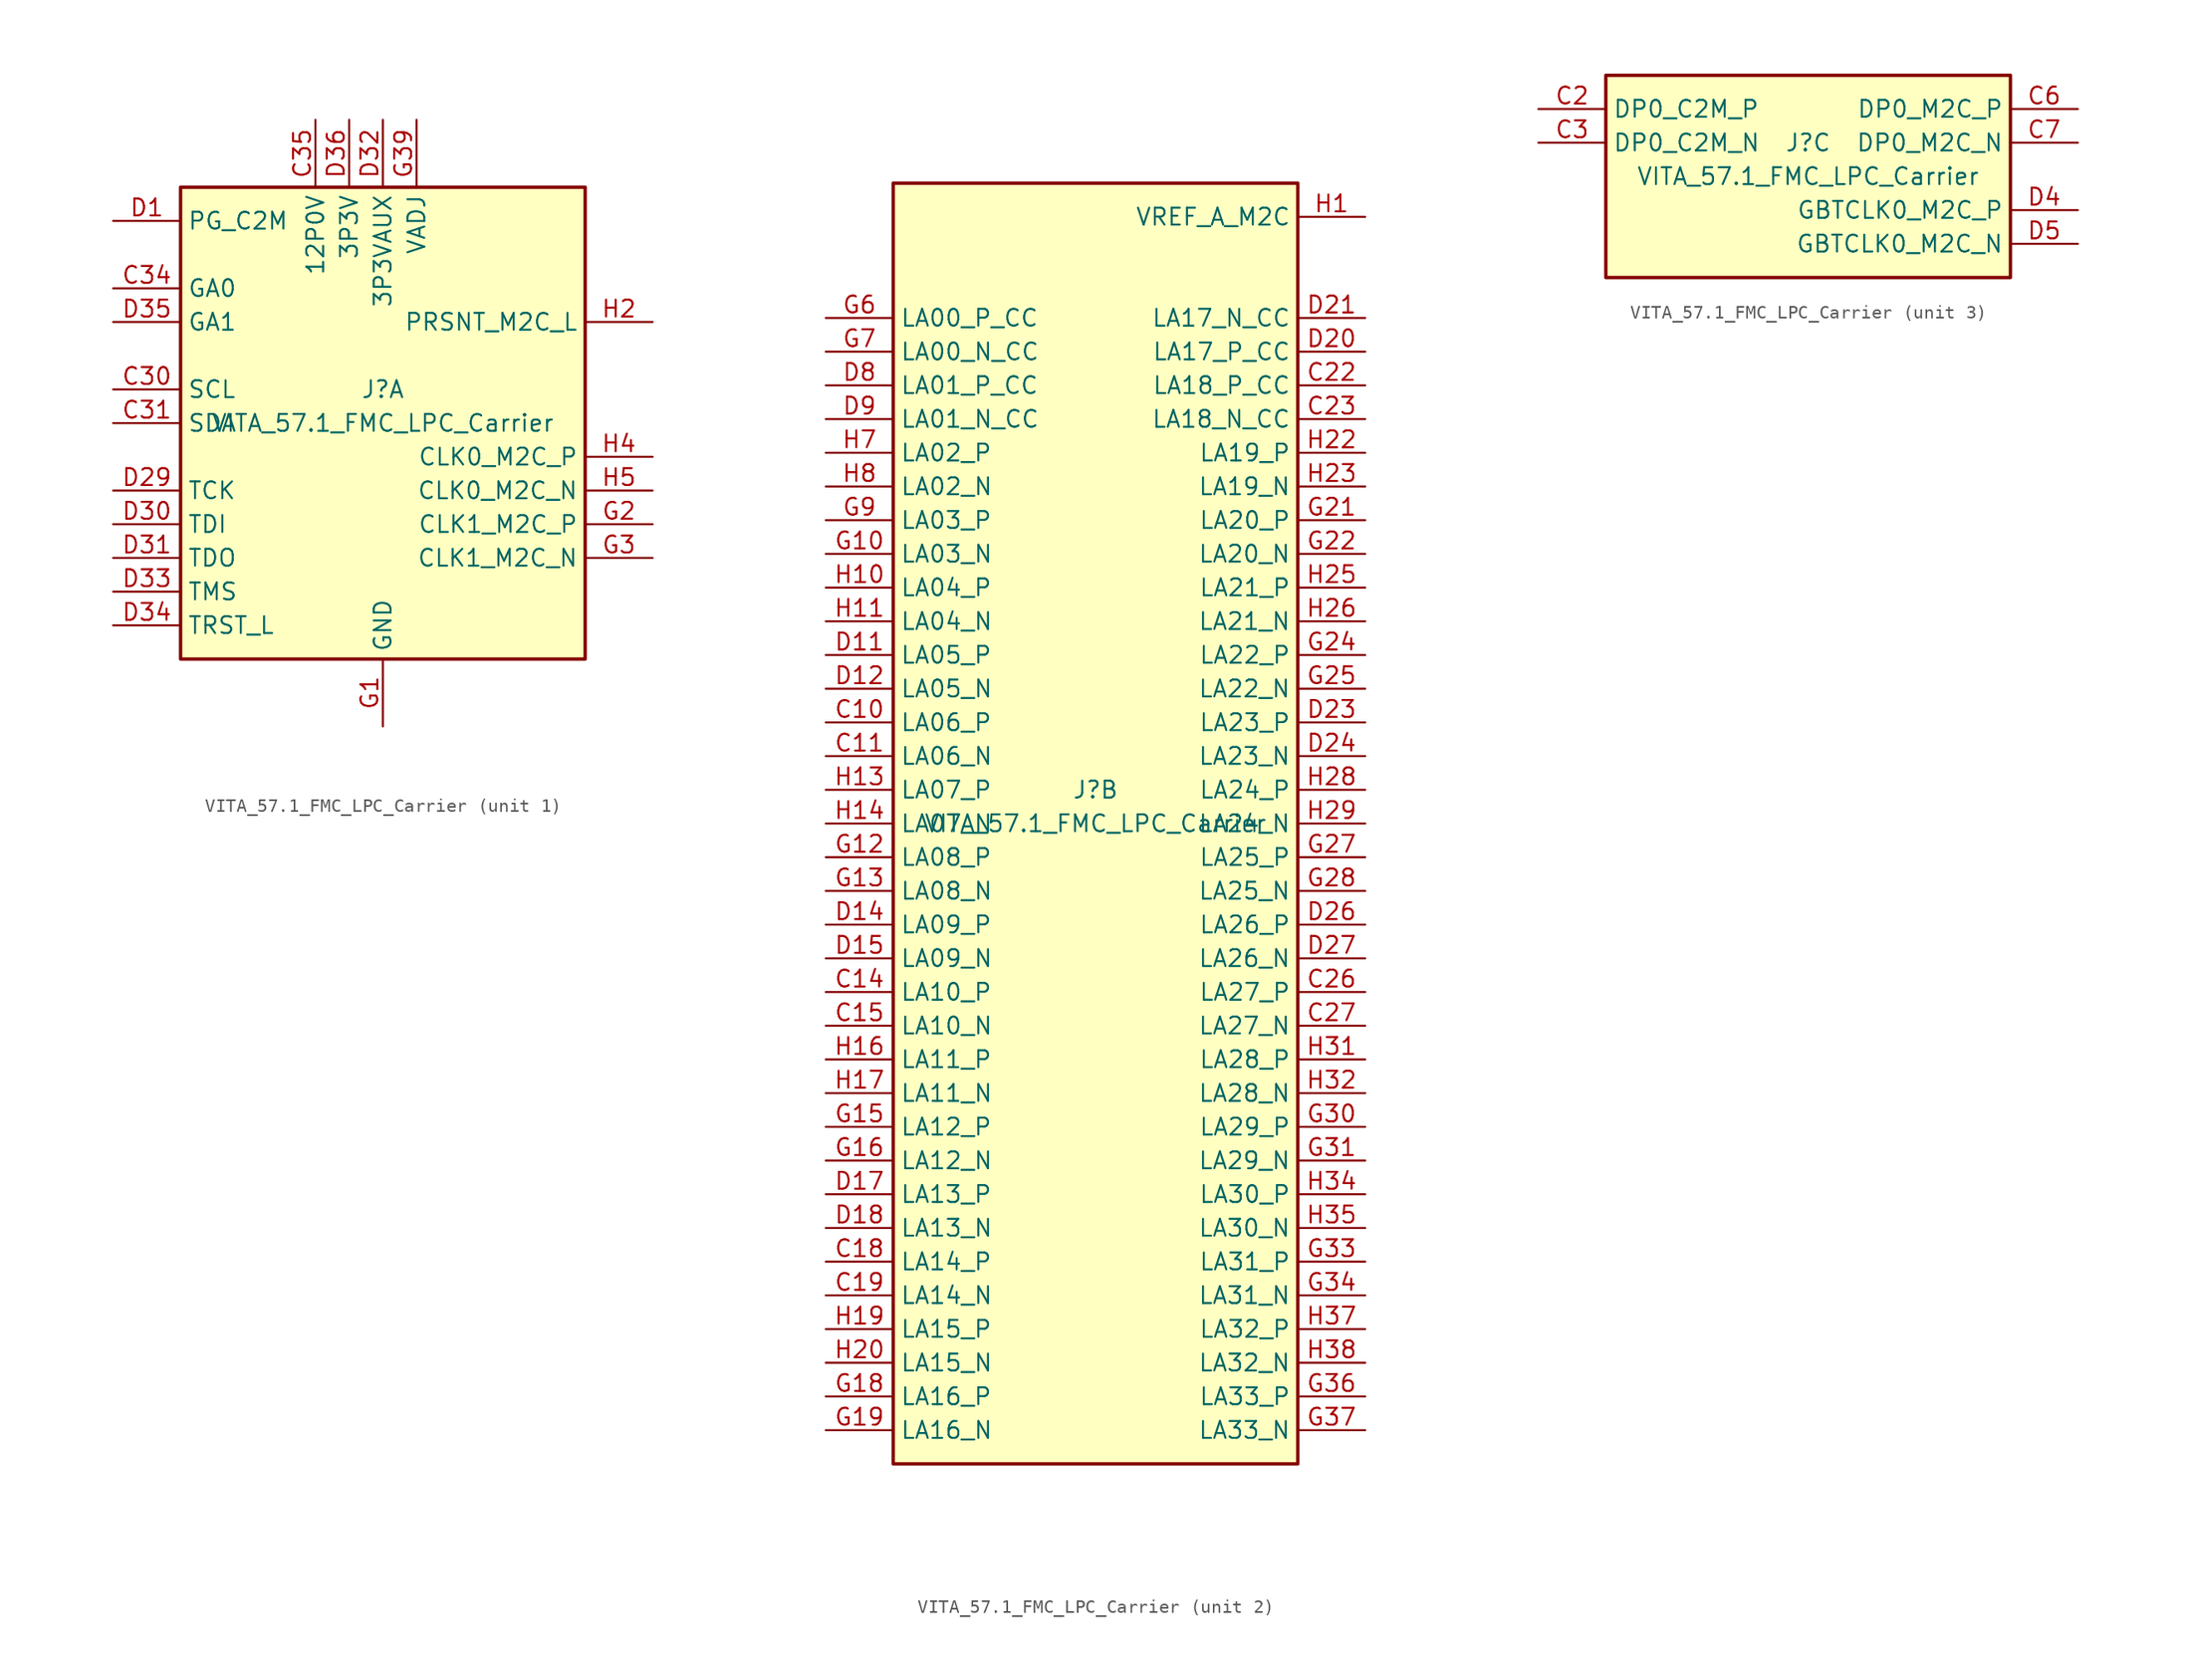
<source format=kicad_sym>
(kicad_symbol_lib
  (version 20231120)
  (generator "kicad_symbol_editor")
  (generator_version "8.0")
  (symbol "VITA_57.1_FMC_LPC_Carrier"
    (property "Reference" "J"
      (at 0 2.54 0)
      (effects (font (size 1.27 1.27))))
    (property "Value" "VITA_57.1_FMC_LPC_Carrier"
      (at 0 0 0)
      (effects (font (size 1.27 1.27))))
    (property "ki_locked" ""
      (at 0 0 0)
      (effects (font (size 1.27 1.27))))
    (symbol "VITA_57.1_FMC_LPC_Carrier_1_1"
      (rectangle (start -15.24 -17.78) (end 15.24 17.78) (stroke (width 0.254) (type solid)) (fill (type background)))
      (pin passive line (at 0 -22.86 90) (length 5.08) hide (name "GND" (effects (font (size 1.27 1.27)))) (number "C1" (effects (font (size 1.27 1.27)))))
      (pin passive line (at 0 -22.86 90) (length 5.08) hide (name "GND" (effects (font (size 1.27 1.27)))) (number "C12" (effects (font (size 1.27 1.27)))))
      (pin passive line (at 0 -22.86 90) (length 5.08) hide (name "GND" (effects (font (size 1.27 1.27)))) (number "C13" (effects (font (size 1.27 1.27)))))
      (pin passive line (at 0 -22.86 90) (length 5.08) hide (name "GND" (effects (font (size 1.27 1.27)))) (number "C16" (effects (font (size 1.27 1.27)))))
      (pin passive line (at 0 -22.86 90) (length 5.08) hide (name "GND" (effects (font (size 1.27 1.27)))) (number "C17" (effects (font (size 1.27 1.27)))))
      (pin passive line (at 0 -22.86 90) (length 5.08) hide (name "GND" (effects (font (size 1.27 1.27)))) (number "C20" (effects (font (size 1.27 1.27)))))
      (pin passive line (at 0 -22.86 90) (length 5.08) hide (name "GND" (effects (font (size 1.27 1.27)))) (number "C21" (effects (font (size 1.27 1.27)))))
      (pin passive line (at 0 -22.86 90) (length 5.08) hide (name "GND" (effects (font (size 1.27 1.27)))) (number "C24" (effects (font (size 1.27 1.27)))))
      (pin passive line (at 0 -22.86 90) (length 5.08) hide (name "GND" (effects (font (size 1.27 1.27)))) (number "C25" (effects (font (size 1.27 1.27)))))
      (pin passive line (at 0 -22.86 90) (length 5.08) hide (name "GND" (effects (font (size 1.27 1.27)))) (number "C28" (effects (font (size 1.27 1.27)))))
      (pin passive line (at 0 -22.86 90) (length 5.08) hide (name "GND" (effects (font (size 1.27 1.27)))) (number "C29" (effects (font (size 1.27 1.27)))))
      (pin bidirectional line (at -20.32 2.54 0) (length 5.08) (name "SCL" (effects (font (size 1.27 1.27)))) (number "C30" (effects (font (size 1.27 1.27)))))
      (pin bidirectional line (at -20.32 0 0) (length 5.08) (name "SDA" (effects (font (size 1.27 1.27)))) (number "C31" (effects (font (size 1.27 1.27)))))
      (pin passive line (at 0 -22.86 90) (length 5.08) hide (name "GND" (effects (font (size 1.27 1.27)))) (number "C32" (effects (font (size 1.27 1.27)))))
      (pin passive line (at 0 -22.86 90) (length 5.08) hide (name "GND" (effects (font (size 1.27 1.27)))) (number "C33" (effects (font (size 1.27 1.27)))))
      (pin input line (at -20.32 10.16 0) (length 5.08) (name "GA0" (effects (font (size 1.27 1.27)))) (number "C34" (effects (font (size 1.27 1.27)))))
      (pin power_in line (at -5.08 22.86 270) (length 5.08) (name "12P0V" (effects (font (size 1.27 1.27)))) (number "C35" (effects (font (size 1.27 1.27)))))
      (pin passive line (at 0 -22.86 90) (length 5.08) hide (name "GND" (effects (font (size 1.27 1.27)))) (number "C36" (effects (font (size 1.27 1.27)))))
      (pin passive line (at -5.08 22.86 270) (length 5.08) hide (name "12P0V" (effects (font (size 1.27 1.27)))) (number "C37" (effects (font (size 1.27 1.27)))))
      (pin passive line (at 0 -22.86 90) (length 5.08) hide (name "GND" (effects (font (size 1.27 1.27)))) (number "C38" (effects (font (size 1.27 1.27)))))
      (pin passive line (at -2.54 22.86 270) (length 5.08) hide (name "3P3V" (effects (font (size 1.27 1.27)))) (number "C39" (effects (font (size 1.27 1.27)))))
      (pin passive line (at 0 -22.86 90) (length 5.08) hide (name "GND" (effects (font (size 1.27 1.27)))) (number "C4" (effects (font (size 1.27 1.27)))))
      (pin passive line (at 0 -22.86 90) (length 5.08) hide (name "GND" (effects (font (size 1.27 1.27)))) (number "C40" (effects (font (size 1.27 1.27)))))
      (pin passive line (at 0 -22.86 90) (length 5.08) hide (name "GND" (effects (font (size 1.27 1.27)))) (number "C5" (effects (font (size 1.27 1.27)))))
      (pin passive line (at 0 -22.86 90) (length 5.08) hide (name "GND" (effects (font (size 1.27 1.27)))) (number "C8" (effects (font (size 1.27 1.27)))))
      (pin passive line (at 0 -22.86 90) (length 5.08) hide (name "GND" (effects (font (size 1.27 1.27)))) (number "C9" (effects (font (size 1.27 1.27)))))
      (pin input line (at -20.32 15.24 0) (length 5.08) (name "PG_C2M" (effects (font (size 1.27 1.27)))) (number "D1" (effects (font (size 1.27 1.27)))))
      (pin passive line (at 0 -22.86 90) (length 5.08) hide (name "GND" (effects (font (size 1.27 1.27)))) (number "D10" (effects (font (size 1.27 1.27)))))
      (pin passive line (at 0 -22.86 90) (length 5.08) hide (name "GND" (effects (font (size 1.27 1.27)))) (number "D13" (effects (font (size 1.27 1.27)))))
      (pin passive line (at 0 -22.86 90) (length 5.08) hide (name "GND" (effects (font (size 1.27 1.27)))) (number "D16" (effects (font (size 1.27 1.27)))))
      (pin passive line (at 0 -22.86 90) (length 5.08) hide (name "GND" (effects (font (size 1.27 1.27)))) (number "D19" (effects (font (size 1.27 1.27)))))
      (pin passive line (at 0 -22.86 90) (length 5.08) hide (name "GND" (effects (font (size 1.27 1.27)))) (number "D2" (effects (font (size 1.27 1.27)))))
      (pin passive line (at 0 -22.86 90) (length 5.08) hide (name "GND" (effects (font (size 1.27 1.27)))) (number "D22" (effects (font (size 1.27 1.27)))))
      (pin passive line (at 0 -22.86 90) (length 5.08) hide (name "GND" (effects (font (size 1.27 1.27)))) (number "D25" (effects (font (size 1.27 1.27)))))
      (pin passive line (at 0 -22.86 90) (length 5.08) hide (name "GND" (effects (font (size 1.27 1.27)))) (number "D28" (effects (font (size 1.27 1.27)))))
      (pin input line (at -20.32 -5.08 0) (length 5.08) (name "TCK" (effects (font (size 1.27 1.27)))) (number "D29" (effects (font (size 1.27 1.27)))))
      (pin passive line (at 0 -22.86 90) (length 5.08) hide (name "GND" (effects (font (size 1.27 1.27)))) (number "D3" (effects (font (size 1.27 1.27)))))
      (pin input line (at -20.32 -7.62 0) (length 5.08) (name "TDI" (effects (font (size 1.27 1.27)))) (number "D30" (effects (font (size 1.27 1.27)))))
      (pin output line (at -20.32 -10.16 0) (length 5.08) (name "TDO" (effects (font (size 1.27 1.27)))) (number "D31" (effects (font (size 1.27 1.27)))))
      (pin power_in line (at 0 22.86 270) (length 5.08) (name "3P3VAUX" (effects (font (size 1.27 1.27)))) (number "D32" (effects (font (size 1.27 1.27)))))
      (pin input line (at -20.32 -12.7 0) (length 5.08) (name "TMS" (effects (font (size 1.27 1.27)))) (number "D33" (effects (font (size 1.27 1.27)))))
      (pin input line (at -20.32 -15.24 0) (length 5.08) (name "TRST_L" (effects (font (size 1.27 1.27)))) (number "D34" (effects (font (size 1.27 1.27)))))
      (pin input line (at -20.32 7.62 0) (length 5.08) (name "GA1" (effects (font (size 1.27 1.27)))) (number "D35" (effects (font (size 1.27 1.27)))))
      (pin power_in line (at -2.54 22.86 270) (length 5.08) (name "3P3V" (effects (font (size 1.27 1.27)))) (number "D36" (effects (font (size 1.27 1.27)))))
      (pin passive line (at 0 -22.86 90) (length 5.08) hide (name "GND" (effects (font (size 1.27 1.27)))) (number "D37" (effects (font (size 1.27 1.27)))))
      (pin passive line (at -2.54 22.86 270) (length 5.08) hide (name "3P3V" (effects (font (size 1.27 1.27)))) (number "D38" (effects (font (size 1.27 1.27)))))
      (pin passive line (at 0 -22.86 90) (length 5.08) hide (name "GND" (effects (font (size 1.27 1.27)))) (number "D39" (effects (font (size 1.27 1.27)))))
      (pin passive line (at -2.54 22.86 270) (length 5.08) hide (name "3P3V" (effects (font (size 1.27 1.27)))) (number "D40" (effects (font (size 1.27 1.27)))))
      (pin passive line (at 0 -22.86 90) (length 5.08) hide (name "GND" (effects (font (size 1.27 1.27)))) (number "D6" (effects (font (size 1.27 1.27)))))
      (pin passive line (at 0 -22.86 90) (length 5.08) hide (name "GND" (effects (font (size 1.27 1.27)))) (number "D7" (effects (font (size 1.27 1.27)))))
      (pin power_in line (at 0 -22.86 90) (length 5.08) (name "GND" (effects (font (size 1.27 1.27)))) (number "G1" (effects (font (size 1.27 1.27)))))
      (pin passive line (at 0 -22.86 90) (length 5.08) hide (name "GND" (effects (font (size 1.27 1.27)))) (number "G11" (effects (font (size 1.27 1.27)))))
      (pin passive line (at 0 -22.86 90) (length 5.08) hide (name "GND" (effects (font (size 1.27 1.27)))) (number "G14" (effects (font (size 1.27 1.27)))))
      (pin passive line (at 0 -22.86 90) (length 5.08) hide (name "GND" (effects (font (size 1.27 1.27)))) (number "G17" (effects (font (size 1.27 1.27)))))
      (pin output line (at 20.32 -7.62 180) (length 5.08) (name "CLK1_M2C_P" (effects (font (size 1.27 1.27)))) (number "G2" (effects (font (size 1.27 1.27)))))
      (pin passive line (at 0 -22.86 90) (length 5.08) hide (name "GND" (effects (font (size 1.27 1.27)))) (number "G20" (effects (font (size 1.27 1.27)))))
      (pin passive line (at 0 -22.86 90) (length 5.08) hide (name "GND" (effects (font (size 1.27 1.27)))) (number "G23" (effects (font (size 1.27 1.27)))))
      (pin passive line (at 0 -22.86 90) (length 5.08) hide (name "GND" (effects (font (size 1.27 1.27)))) (number "G26" (effects (font (size 1.27 1.27)))))
      (pin passive line (at 0 -22.86 90) (length 5.08) hide (name "GND" (effects (font (size 1.27 1.27)))) (number "G29" (effects (font (size 1.27 1.27)))))
      (pin output line (at 20.32 -10.16 180) (length 5.08) (name "CLK1_M2C_N" (effects (font (size 1.27 1.27)))) (number "G3" (effects (font (size 1.27 1.27)))))
      (pin passive line (at 0 -22.86 90) (length 5.08) hide (name "GND" (effects (font (size 1.27 1.27)))) (number "G32" (effects (font (size 1.27 1.27)))))
      (pin passive line (at 0 -22.86 90) (length 5.08) hide (name "GND" (effects (font (size 1.27 1.27)))) (number "G35" (effects (font (size 1.27 1.27)))))
      (pin passive line (at 0 -22.86 90) (length 5.08) hide (name "GND" (effects (font (size 1.27 1.27)))) (number "G38" (effects (font (size 1.27 1.27)))))
      (pin power_in line (at 2.54 22.86 270) (length 5.08) (name "VADJ" (effects (font (size 1.27 1.27)))) (number "G39" (effects (font (size 1.27 1.27)))))
      (pin passive line (at 0 -22.86 90) (length 5.08) hide (name "GND" (effects (font (size 1.27 1.27)))) (number "G4" (effects (font (size 1.27 1.27)))))
      (pin passive line (at 0 -22.86 90) (length 5.08) hide (name "GND" (effects (font (size 1.27 1.27)))) (number "G40" (effects (font (size 1.27 1.27)))))
      (pin passive line (at 0 -22.86 90) (length 5.08) hide (name "GND" (effects (font (size 1.27 1.27)))) (number "G5" (effects (font (size 1.27 1.27)))))
      (pin passive line (at 0 -22.86 90) (length 5.08) hide (name "GND" (effects (font (size 1.27 1.27)))) (number "G8" (effects (font (size 1.27 1.27)))))
      (pin passive line (at 0 -22.86 90) (length 5.08) hide (name "GND" (effects (font (size 1.27 1.27)))) (number "H12" (effects (font (size 1.27 1.27)))))
      (pin passive line (at 0 -22.86 90) (length 5.08) hide (name "GND" (effects (font (size 1.27 1.27)))) (number "H15" (effects (font (size 1.27 1.27)))))
      (pin passive line (at 0 -22.86 90) (length 5.08) hide (name "GND" (effects (font (size 1.27 1.27)))) (number "H18" (effects (font (size 1.27 1.27)))))
      (pin output line (at 20.32 7.62 180) (length 5.08) (name "PRSNT_M2C_L" (effects (font (size 1.27 1.27)))) (number "H2" (effects (font (size 1.27 1.27)))))
      (pin passive line (at 0 -22.86 90) (length 5.08) hide (name "GND" (effects (font (size 1.27 1.27)))) (number "H21" (effects (font (size 1.27 1.27)))))
      (pin passive line (at 0 -22.86 90) (length 5.08) hide (name "GND" (effects (font (size 1.27 1.27)))) (number "H24" (effects (font (size 1.27 1.27)))))
      (pin passive line (at 0 -22.86 90) (length 5.08) hide (name "GND" (effects (font (size 1.27 1.27)))) (number "H27" (effects (font (size 1.27 1.27)))))
      (pin passive line (at 0 -22.86 90) (length 5.08) hide (name "GND" (effects (font (size 1.27 1.27)))) (number "H3" (effects (font (size 1.27 1.27)))))
      (pin passive line (at 0 -22.86 90) (length 5.08) hide (name "GND" (effects (font (size 1.27 1.27)))) (number "H30" (effects (font (size 1.27 1.27)))))
      (pin passive line (at 0 -22.86 90) (length 5.08) hide (name "GND" (effects (font (size 1.27 1.27)))) (number "H33" (effects (font (size 1.27 1.27)))))
      (pin passive line (at 0 -22.86 90) (length 5.08) hide (name "GND" (effects (font (size 1.27 1.27)))) (number "H36" (effects (font (size 1.27 1.27)))))
      (pin passive line (at 0 -22.86 90) (length 5.08) hide (name "GND" (effects (font (size 1.27 1.27)))) (number "H39" (effects (font (size 1.27 1.27)))))
      (pin output line (at 20.32 -2.54 180) (length 5.08) (name "CLK0_M2C_P" (effects (font (size 1.27 1.27)))) (number "H4" (effects (font (size 1.27 1.27)))))
      (pin passive line (at 2.54 22.86 270) (length 5.08) hide (name "VADJ" (effects (font (size 1.27 1.27)))) (number "H40" (effects (font (size 1.27 1.27)))))
      (pin output line (at 20.32 -5.08 180) (length 5.08) (name "CLK0_M2C_N" (effects (font (size 1.27 1.27)))) (number "H5" (effects (font (size 1.27 1.27)))))
      (pin passive line (at 0 -22.86 90) (length 5.08) hide (name "GND" (effects (font (size 1.27 1.27)))) (number "H6" (effects (font (size 1.27 1.27)))))
      (pin passive line (at 0 -22.86 90) (length 5.08) hide (name "GND" (effects (font (size 1.27 1.27)))) (number "H9" (effects (font (size 1.27 1.27))))))
    (symbol "VITA_57.1_FMC_LPC_Carrier_2_1"
      (rectangle (start -15.24 -48.26) (end 15.24 48.26) (stroke (width 0.254) (type solid)) (fill (type background)))
      (pin bidirectional line (at -20.32 7.62 0) (length 5.08) (name "LA06_P" (effects (font (size 1.27 1.27)))) (number "C10" (effects (font (size 1.27 1.27)))))
      (pin bidirectional line (at -20.32 5.08 0) (length 5.08) (name "LA06_N" (effects (font (size 1.27 1.27)))) (number "C11" (effects (font (size 1.27 1.27)))))
      (pin bidirectional line (at -20.32 -12.7 0) (length 5.08) (name "LA10_P" (effects (font (size 1.27 1.27)))) (number "C14" (effects (font (size 1.27 1.27)))))
      (pin bidirectional line (at -20.32 -15.24 0) (length 5.08) (name "LA10_N" (effects (font (size 1.27 1.27)))) (number "C15" (effects (font (size 1.27 1.27)))))
      (pin bidirectional line (at -20.32 -33.02 0) (length 5.08) (name "LA14_P" (effects (font (size 1.27 1.27)))) (number "C18" (effects (font (size 1.27 1.27)))))
      (pin bidirectional line (at -20.32 -35.56 0) (length 5.08) (name "LA14_N" (effects (font (size 1.27 1.27)))) (number "C19" (effects (font (size 1.27 1.27)))))
      (pin bidirectional line (at 20.32 33.02 180) (length 5.08) (name "LA18_P_CC" (effects (font (size 1.27 1.27)))) (number "C22" (effects (font (size 1.27 1.27)))))
      (pin bidirectional line (at 20.32 30.48 180) (length 5.08) (name "LA18_N_CC" (effects (font (size 1.27 1.27)))) (number "C23" (effects (font (size 1.27 1.27)))))
      (pin bidirectional line (at 20.32 -12.7 180) (length 5.08) (name "LA27_P" (effects (font (size 1.27 1.27)))) (number "C26" (effects (font (size 1.27 1.27)))))
      (pin bidirectional line (at 20.32 -15.24 180) (length 5.08) (name "LA27_N" (effects (font (size 1.27 1.27)))) (number "C27" (effects (font (size 1.27 1.27)))))
      (pin bidirectional line (at -20.32 12.7 0) (length 5.08) (name "LA05_P" (effects (font (size 1.27 1.27)))) (number "D11" (effects (font (size 1.27 1.27)))))
      (pin bidirectional line (at -20.32 10.16 0) (length 5.08) (name "LA05_N" (effects (font (size 1.27 1.27)))) (number "D12" (effects (font (size 1.27 1.27)))))
      (pin bidirectional line (at -20.32 -7.62 0) (length 5.08) (name "LA09_P" (effects (font (size 1.27 1.27)))) (number "D14" (effects (font (size 1.27 1.27)))))
      (pin bidirectional line (at -20.32 -10.16 0) (length 5.08) (name "LA09_N" (effects (font (size 1.27 1.27)))) (number "D15" (effects (font (size 1.27 1.27)))))
      (pin bidirectional line (at -20.32 -27.94 0) (length 5.08) (name "LA13_P" (effects (font (size 1.27 1.27)))) (number "D17" (effects (font (size 1.27 1.27)))))
      (pin bidirectional line (at -20.32 -30.48 0) (length 5.08) (name "LA13_N" (effects (font (size 1.27 1.27)))) (number "D18" (effects (font (size 1.27 1.27)))))
      (pin bidirectional line (at 20.32 35.56 180) (length 5.08) (name "LA17_P_CC" (effects (font (size 1.27 1.27)))) (number "D20" (effects (font (size 1.27 1.27)))))
      (pin bidirectional line (at 20.32 38.1 180) (length 5.08) (name "LA17_N_CC" (effects (font (size 1.27 1.27)))) (number "D21" (effects (font (size 1.27 1.27)))))
      (pin bidirectional line (at 20.32 7.62 180) (length 5.08) (name "LA23_P" (effects (font (size 1.27 1.27)))) (number "D23" (effects (font (size 1.27 1.27)))))
      (pin bidirectional line (at 20.32 5.08 180) (length 5.08) (name "LA23_N" (effects (font (size 1.27 1.27)))) (number "D24" (effects (font (size 1.27 1.27)))))
      (pin bidirectional line (at 20.32 -7.62 180) (length 5.08) (name "LA26_P" (effects (font (size 1.27 1.27)))) (number "D26" (effects (font (size 1.27 1.27)))))
      (pin bidirectional line (at 20.32 -10.16 180) (length 5.08) (name "LA26_N" (effects (font (size 1.27 1.27)))) (number "D27" (effects (font (size 1.27 1.27)))))
      (pin bidirectional line (at -20.32 33.02 0) (length 5.08) (name "LA01_P_CC" (effects (font (size 1.27 1.27)))) (number "D8" (effects (font (size 1.27 1.27)))))
      (pin bidirectional line (at -20.32 30.48 0) (length 5.08) (name "LA01_N_CC" (effects (font (size 1.27 1.27)))) (number "D9" (effects (font (size 1.27 1.27)))))
      (pin bidirectional line (at -20.32 20.32 0) (length 5.08) (name "LA03_N" (effects (font (size 1.27 1.27)))) (number "G10" (effects (font (size 1.27 1.27)))))
      (pin bidirectional line (at -20.32 -2.54 0) (length 5.08) (name "LA08_P" (effects (font (size 1.27 1.27)))) (number "G12" (effects (font (size 1.27 1.27)))))
      (pin bidirectional line (at -20.32 -5.08 0) (length 5.08) (name "LA08_N" (effects (font (size 1.27 1.27)))) (number "G13" (effects (font (size 1.27 1.27)))))
      (pin bidirectional line (at -20.32 -22.86 0) (length 5.08) (name "LA12_P" (effects (font (size 1.27 1.27)))) (number "G15" (effects (font (size 1.27 1.27)))))
      (pin bidirectional line (at -20.32 -25.4 0) (length 5.08) (name "LA12_N" (effects (font (size 1.27 1.27)))) (number "G16" (effects (font (size 1.27 1.27)))))
      (pin bidirectional line (at -20.32 -43.18 0) (length 5.08) (name "LA16_P" (effects (font (size 1.27 1.27)))) (number "G18" (effects (font (size 1.27 1.27)))))
      (pin bidirectional line (at -20.32 -45.72 0) (length 5.08) (name "LA16_N" (effects (font (size 1.27 1.27)))) (number "G19" (effects (font (size 1.27 1.27)))))
      (pin bidirectional line (at 20.32 22.86 180) (length 5.08) (name "LA20_P" (effects (font (size 1.27 1.27)))) (number "G21" (effects (font (size 1.27 1.27)))))
      (pin bidirectional line (at 20.32 20.32 180) (length 5.08) (name "LA20_N" (effects (font (size 1.27 1.27)))) (number "G22" (effects (font (size 1.27 1.27)))))
      (pin bidirectional line (at 20.32 12.7 180) (length 5.08) (name "LA22_P" (effects (font (size 1.27 1.27)))) (number "G24" (effects (font (size 1.27 1.27)))))
      (pin bidirectional line (at 20.32 10.16 180) (length 5.08) (name "LA22_N" (effects (font (size 1.27 1.27)))) (number "G25" (effects (font (size 1.27 1.27)))))
      (pin bidirectional line (at 20.32 -2.54 180) (length 5.08) (name "LA25_P" (effects (font (size 1.27 1.27)))) (number "G27" (effects (font (size 1.27 1.27)))))
      (pin bidirectional line (at 20.32 -5.08 180) (length 5.08) (name "LA25_N" (effects (font (size 1.27 1.27)))) (number "G28" (effects (font (size 1.27 1.27)))))
      (pin bidirectional line (at 20.32 -22.86 180) (length 5.08) (name "LA29_P" (effects (font (size 1.27 1.27)))) (number "G30" (effects (font (size 1.27 1.27)))))
      (pin bidirectional line (at 20.32 -25.4 180) (length 5.08) (name "LA29_N" (effects (font (size 1.27 1.27)))) (number "G31" (effects (font (size 1.27 1.27)))))
      (pin bidirectional line (at 20.32 -33.02 180) (length 5.08) (name "LA31_P" (effects (font (size 1.27 1.27)))) (number "G33" (effects (font (size 1.27 1.27)))))
      (pin bidirectional line (at 20.32 -35.56 180) (length 5.08) (name "LA31_N" (effects (font (size 1.27 1.27)))) (number "G34" (effects (font (size 1.27 1.27)))))
      (pin bidirectional line (at 20.32 -43.18 180) (length 5.08) (name "LA33_P" (effects (font (size 1.27 1.27)))) (number "G36" (effects (font (size 1.27 1.27)))))
      (pin bidirectional line (at 20.32 -45.72 180) (length 5.08) (name "LA33_N" (effects (font (size 1.27 1.27)))) (number "G37" (effects (font (size 1.27 1.27)))))
      (pin bidirectional line (at -20.32 38.1 0) (length 5.08) (name "LA00_P_CC" (effects (font (size 1.27 1.27)))) (number "G6" (effects (font (size 1.27 1.27)))))
      (pin bidirectional line (at -20.32 35.56 0) (length 5.08) (name "LA00_N_CC" (effects (font (size 1.27 1.27)))) (number "G7" (effects (font (size 1.27 1.27)))))
      (pin bidirectional line (at -20.32 22.86 0) (length 5.08) (name "LA03_P" (effects (font (size 1.27 1.27)))) (number "G9" (effects (font (size 1.27 1.27)))))
      (pin power_out line (at 20.32 45.72 180) (length 5.08) (name "VREF_A_M2C" (effects (font (size 1.27 1.27)))) (number "H1" (effects (font (size 1.27 1.27)))))
      (pin bidirectional line (at -20.32 17.78 0) (length 5.08) (name "LA04_P" (effects (font (size 1.27 1.27)))) (number "H10" (effects (font (size 1.27 1.27)))))
      (pin bidirectional line (at -20.32 15.24 0) (length 5.08) (name "LA04_N" (effects (font (size 1.27 1.27)))) (number "H11" (effects (font (size 1.27 1.27)))))
      (pin bidirectional line (at -20.32 2.54 0) (length 5.08) (name "LA07_P" (effects (font (size 1.27 1.27)))) (number "H13" (effects (font (size 1.27 1.27)))))
      (pin bidirectional line (at -20.32 0 0) (length 5.08) (name "LA07_N" (effects (font (size 1.27 1.27)))) (number "H14" (effects (font (size 1.27 1.27)))))
      (pin bidirectional line (at -20.32 -17.78 0) (length 5.08) (name "LA11_P" (effects (font (size 1.27 1.27)))) (number "H16" (effects (font (size 1.27 1.27)))))
      (pin bidirectional line (at -20.32 -20.32 0) (length 5.08) (name "LA11_N" (effects (font (size 1.27 1.27)))) (number "H17" (effects (font (size 1.27 1.27)))))
      (pin bidirectional line (at -20.32 -38.1 0) (length 5.08) (name "LA15_P" (effects (font (size 1.27 1.27)))) (number "H19" (effects (font (size 1.27 1.27)))))
      (pin bidirectional line (at -20.32 -40.64 0) (length 5.08) (name "LA15_N" (effects (font (size 1.27 1.27)))) (number "H20" (effects (font (size 1.27 1.27)))))
      (pin bidirectional line (at 20.32 27.94 180) (length 5.08) (name "LA19_P" (effects (font (size 1.27 1.27)))) (number "H22" (effects (font (size 1.27 1.27)))))
      (pin bidirectional line (at 20.32 25.4 180) (length 5.08) (name "LA19_N" (effects (font (size 1.27 1.27)))) (number "H23" (effects (font (size 1.27 1.27)))))
      (pin bidirectional line (at 20.32 17.78 180) (length 5.08) (name "LA21_P" (effects (font (size 1.27 1.27)))) (number "H25" (effects (font (size 1.27 1.27)))))
      (pin bidirectional line (at 20.32 15.24 180) (length 5.08) (name "LA21_N" (effects (font (size 1.27 1.27)))) (number "H26" (effects (font (size 1.27 1.27)))))
      (pin bidirectional line (at 20.32 2.54 180) (length 5.08) (name "LA24_P" (effects (font (size 1.27 1.27)))) (number "H28" (effects (font (size 1.27 1.27)))))
      (pin bidirectional line (at 20.32 0 180) (length 5.08) (name "LA24_N" (effects (font (size 1.27 1.27)))) (number "H29" (effects (font (size 1.27 1.27)))))
      (pin bidirectional line (at 20.32 -17.78 180) (length 5.08) (name "LA28_P" (effects (font (size 1.27 1.27)))) (number "H31" (effects (font (size 1.27 1.27)))))
      (pin bidirectional line (at 20.32 -20.32 180) (length 5.08) (name "LA28_N" (effects (font (size 1.27 1.27)))) (number "H32" (effects (font (size 1.27 1.27)))))
      (pin bidirectional line (at 20.32 -27.94 180) (length 5.08) (name "LA30_P" (effects (font (size 1.27 1.27)))) (number "H34" (effects (font (size 1.27 1.27)))))
      (pin bidirectional line (at 20.32 -30.48 180) (length 5.08) (name "LA30_N" (effects (font (size 1.27 1.27)))) (number "H35" (effects (font (size 1.27 1.27)))))
      (pin bidirectional line (at 20.32 -38.1 180) (length 5.08) (name "LA32_P" (effects (font (size 1.27 1.27)))) (number "H37" (effects (font (size 1.27 1.27)))))
      (pin bidirectional line (at 20.32 -40.64 180) (length 5.08) (name "LA32_N" (effects (font (size 1.27 1.27)))) (number "H38" (effects (font (size 1.27 1.27)))))
      (pin bidirectional line (at -20.32 27.94 0) (length 5.08) (name "LA02_P" (effects (font (size 1.27 1.27)))) (number "H7" (effects (font (size 1.27 1.27)))))
      (pin bidirectional line (at -20.32 25.4 0) (length 5.08) (name "LA02_N" (effects (font (size 1.27 1.27)))) (number "H8" (effects (font (size 1.27 1.27))))))
    (symbol "VITA_57.1_FMC_LPC_Carrier_3_1"
      (rectangle (start -15.24 -7.62) (end 15.24 7.62) (stroke (width 0.254) (type solid)) (fill (type background)))
      (pin input line (at -20.32 5.08 0) (length 5.08) (name "DP0_C2M_P" (effects (font (size 1.27 1.27)))) (number "C2" (effects (font (size 1.27 1.27)))))
      (pin input line (at -20.32 2.54 0) (length 5.08) (name "DP0_C2M_N" (effects (font (size 1.27 1.27)))) (number "C3" (effects (font (size 1.27 1.27)))))
      (pin output line (at 20.32 5.08 180) (length 5.08) (name "DP0_M2C_P" (effects (font (size 1.27 1.27)))) (number "C6" (effects (font (size 1.27 1.27)))))
      (pin output line (at 20.32 2.54 180) (length 5.08) (name "DP0_M2C_N" (effects (font (size 1.27 1.27)))) (number "C7" (effects (font (size 1.27 1.27)))))
      (pin output line (at 20.32 -2.54 180) (length 5.08) (name "GBTCLK0_M2C_P" (effects (font (size 1.27 1.27)))) (number "D4" (effects (font (size 1.27 1.27)))))
      (pin output line (at 20.32 -5.08 180) (length 5.08) (name "GBTCLK0_M2C_N" (effects (font (size 1.27 1.27)))) (number "D5" (effects (font (size 1.27 1.27))))))))
</source>
